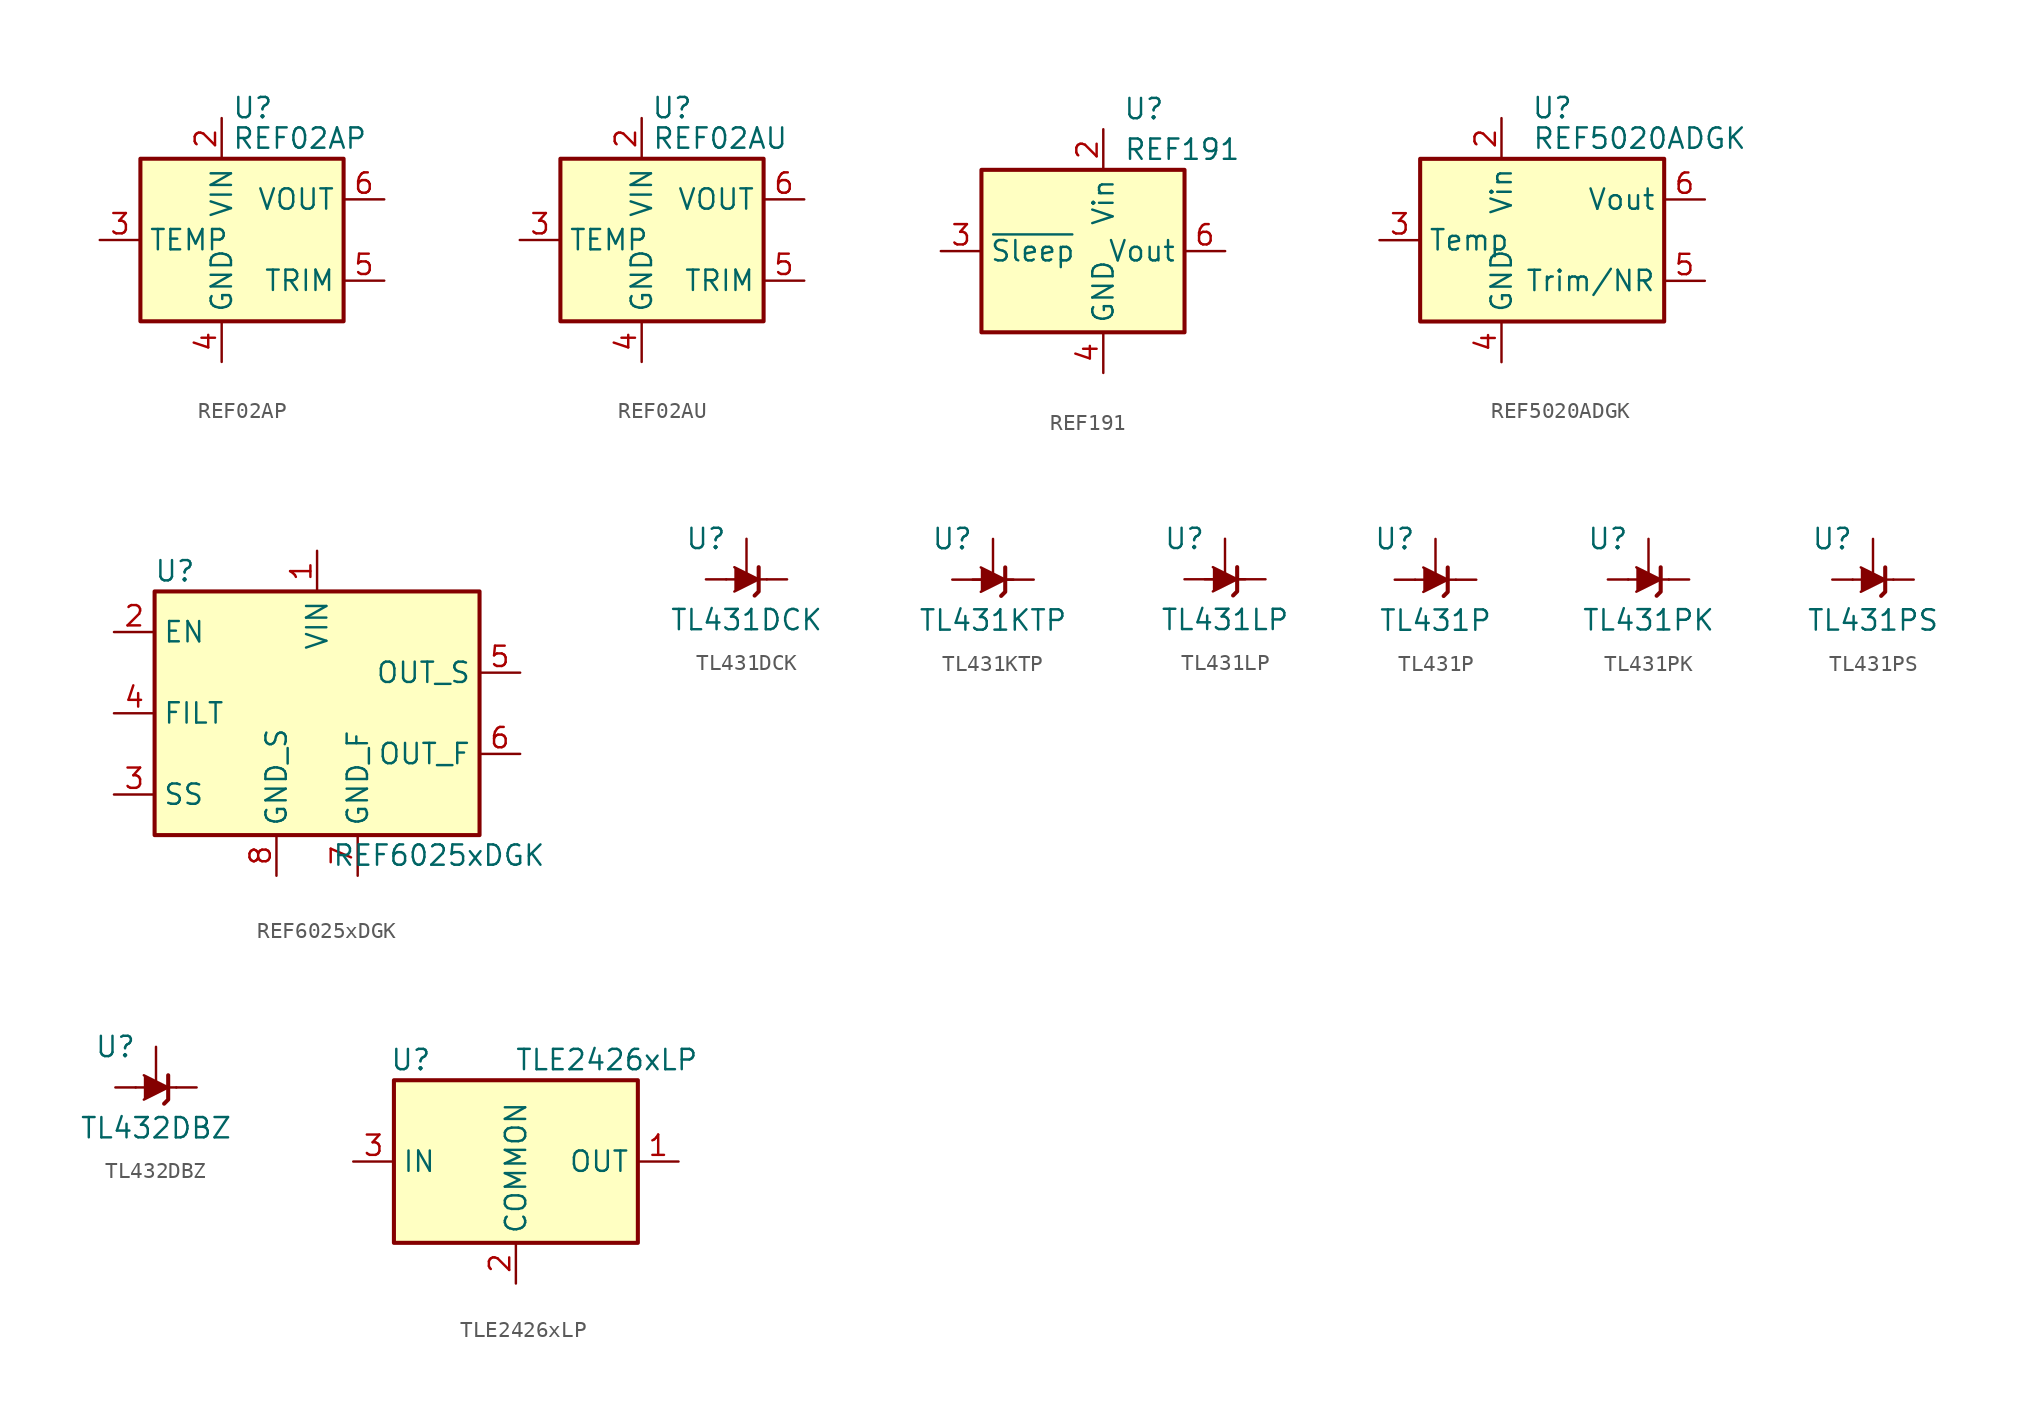
<source format=kicad_sym>
(kicad_symbol_lib
  (version 20211014)
  (generator kicad_symbol_editor)
  (symbol "REF02AP"
    (property "Reference" "U"
      (at 0.635 8.255 0)
      (effects (font (size 1.27 1.27)) (justify left)))
    (property "Value" "REF02AP"
      (at 0.635 6.35 0)
      (effects (font (size 1.27 1.27)) (justify left)))
    (symbol "REF02AP_0_1"
      (rectangle (start -5.08 5.08) (end 7.62 -5.08) (stroke (width 0.254) (type default) (color 0 0 0 0)) (fill (type background))))
    (symbol "REF02AP_1_1"
      (pin no_connect line (at 2.54 -5.08 90) (length 2.54) hide (name "NC" (effects (font (size 1.27 1.27)))) (number "1" (effects (font (size 1.27 1.27)))))
      (pin power_in line (at 0 7.62 270) (length 2.54) (name "VIN" (effects (font (size 1.27 1.27)))) (number "2" (effects (font (size 1.27 1.27)))))
      (pin passive line (at -7.62 0 0) (length 2.54) (name "TEMP" (effects (font (size 1.27 1.27)))) (number "3" (effects (font (size 1.27 1.27)))))
      (pin power_in line (at 0 -7.62 90) (length 2.54) (name "GND" (effects (font (size 1.27 1.27)))) (number "4" (effects (font (size 1.27 1.27)))))
      (pin passive line (at 10.16 -2.54 180) (length 2.54) (name "TRIM" (effects (font (size 1.27 1.27)))) (number "5" (effects (font (size 1.27 1.27)))))
      (pin power_out line (at 10.16 2.54 180) (length 2.54) (name "VOUT" (effects (font (size 1.27 1.27)))) (number "6" (effects (font (size 1.27 1.27)))))
      (pin no_connect line (at -2.54 -5.08 90) (length 2.54) hide (name "NC" (effects (font (size 1.27 1.27)))) (number "7" (effects (font (size 1.27 1.27)))))
      (pin no_connect line (at 7.62 0 180) (length 2.54) hide (name "NC" (effects (font (size 1.27 1.27)))) (number "8" (effects (font (size 1.27 1.27)))))))
  (symbol "REF02AU"
    (property "Reference" "U"
      (at 1.905 8.255 0)
      (effects (font (size 1.27 1.27))))
    (property "Value" "REF02AU"
      (at 0.635 6.35 0)
      (effects (font (size 1.27 1.27)) (justify left)))
    (symbol "REF02AU_0_1"
      (rectangle (start -5.08 5.08) (end 7.62 -5.08) (stroke (width 0.254) (type default) (color 0 0 0 0)) (fill (type background))))
    (symbol "REF02AU_1_1"
      (pin no_connect line (at 2.54 -5.08 90) (length 2.54) hide (name "NC" (effects (font (size 1.27 1.27)))) (number "1" (effects (font (size 1.27 1.27)))))
      (pin power_in line (at 0 7.62 270) (length 2.54) (name "VIN" (effects (font (size 1.27 1.27)))) (number "2" (effects (font (size 1.27 1.27)))))
      (pin passive line (at -7.62 0 0) (length 2.54) (name "TEMP" (effects (font (size 1.27 1.27)))) (number "3" (effects (font (size 1.27 1.27)))))
      (pin power_in line (at 0 -7.62 90) (length 2.54) (name "GND" (effects (font (size 1.27 1.27)))) (number "4" (effects (font (size 1.27 1.27)))))
      (pin passive line (at 10.16 -2.54 180) (length 2.54) (name "TRIM" (effects (font (size 1.27 1.27)))) (number "5" (effects (font (size 1.27 1.27)))))
      (pin power_out line (at 10.16 2.54 180) (length 2.54) (name "VOUT" (effects (font (size 1.27 1.27)))) (number "6" (effects (font (size 1.27 1.27)))))
      (pin no_connect line (at -2.54 -5.08 90) (length 2.54) hide (name "NC" (effects (font (size 1.27 1.27)))) (number "7" (effects (font (size 1.27 1.27)))))
      (pin no_connect line (at 7.62 0 180) (length 2.54) hide (name "NC" (effects (font (size 1.27 1.27)))) (number "8" (effects (font (size 1.27 1.27)))))))
  (symbol "REF191"
    (property "Reference" "U"
      (at 2.54 8.89 0)
      (effects (font (size 1.27 1.27))))
    (property "Value" "REF191"
      (at 1.27 6.35 0)
      (effects (font (size 1.27 1.27)) (justify left)))
    (symbol "REF191_0_1"
      (rectangle (start -7.62 5.08) (end 5.08 -5.08) (stroke (width 0.254) (type default) (color 0 0 0 0)) (fill (type background))))
    (symbol "REF191_1_1"
      (pin no_connect line (at -7.62 2.54 0) (length 2.54) hide (name "TP" (effects (font (size 1.27 1.27)))) (number "1" (effects (font (size 1.27 1.27)))))
      (pin power_in line (at 0 7.62 270) (length 2.54) (name "Vin" (effects (font (size 1.27 1.27)))) (number "2" (effects (font (size 1.27 1.27)))))
      (pin input line (at -10.16 0 0) (length 2.54) (name "~{Sleep}" (effects (font (size 1.27 1.27)))) (number "3" (effects (font (size 1.27 1.27)))))
      (pin power_in line (at 0 -7.62 90) (length 2.54) (name "GND" (effects (font (size 1.27 1.27)))) (number "4" (effects (font (size 1.27 1.27)))))
      (pin no_connect line (at -5.08 -5.08 90) (length 2.54) hide (name "TP" (effects (font (size 1.27 1.27)))) (number "5" (effects (font (size 1.27 1.27)))))
      (pin power_out line (at 7.62 0 180) (length 2.54) (name "Vout" (effects (font (size 1.27 1.27)))) (number "6" (effects (font (size 1.27 1.27)))))
      (pin no_connect line (at -2.54 -5.08 90) (length 2.54) hide (name "NC" (effects (font (size 1.27 1.27)))) (number "7" (effects (font (size 1.27 1.27)))))
      (pin no_connect line (at 2.54 -5.08 90) (length 2.54) hide (name "NC" (effects (font (size 1.27 1.27)))) (number "8" (effects (font (size 1.27 1.27)))))))
  (symbol "REF5020ADGK"
    (property "Reference" "U"
      (at 0.635 8.255 0)
      (effects (font (size 1.27 1.27))))
    (property "Value" "REF5020ADGK"
      (at -0.635 6.35 0)
      (effects (font (size 1.27 1.27)) (justify left)))
    (symbol "REF5020ADGK_0_1"
      (rectangle (start -7.62 5.08) (end 7.62 -5.08) (stroke (width 0.254) (type default) (color 0 0 0 0)) (fill (type background))))
    (symbol "REF5020ADGK_1_1"
      (pin no_connect line (at -7.62 2.54 0) (length 2.54) hide (name "DNC" (effects (font (size 1.27 1.27)))) (number "1" (effects (font (size 1.27 1.27)))))
      (pin power_in line (at -2.54 7.62 270) (length 2.54) (name "Vin" (effects (font (size 1.27 1.27)))) (number "2" (effects (font (size 1.27 1.27)))))
      (pin passive line (at -10.16 0 0) (length 2.54) (name "Temp" (effects (font (size 1.27 1.27)))) (number "3" (effects (font (size 1.27 1.27)))))
      (pin power_in line (at -2.54 -7.62 90) (length 2.54) (name "GND" (effects (font (size 1.27 1.27)))) (number "4" (effects (font (size 1.27 1.27)))))
      (pin passive line (at 10.16 -2.54 180) (length 2.54) (name "Trim/NR" (effects (font (size 1.27 1.27)))) (number "5" (effects (font (size 1.27 1.27)))))
      (pin power_out line (at 10.16 2.54 180) (length 2.54) (name "Vout" (effects (font (size 1.27 1.27)))) (number "6" (effects (font (size 1.27 1.27)))))
      (pin no_connect line (at -5.08 -5.08 90) (length 2.54) hide (name "NC" (effects (font (size 1.27 1.27)))) (number "7" (effects (font (size 1.27 1.27)))))
      (pin no_connect line (at 7.62 0 180) (length 2.54) hide (name "DNC" (effects (font (size 1.27 1.27)))) (number "8" (effects (font (size 1.27 1.27)))))))
  (symbol "REF6025xDGK"
    (property "Reference" "U"
      (at -8.89 8.89 0)
      (effects (font (size 1.27 1.27))))
    (property "Value" "REF6025xDGK"
      (at 7.62 -8.89 0)
      (effects (font (size 1.27 1.27))))
    (symbol "REF6025xDGK_0_1"
      (rectangle (start -10.16 7.62) (end 10.16 -7.62) (stroke (width 0.254) (type default) (color 0 0 0 0)) (fill (type background))))
    (symbol "REF6025xDGK_1_1"
      (pin power_in line (at 0 10.16 270) (length 2.54) (name "VIN" (effects (font (size 1.27 1.27)))) (number "1" (effects (font (size 1.27 1.27)))))
      (pin input line (at -12.7 5.08 0) (length 2.54) (name "EN" (effects (font (size 1.27 1.27)))) (number "2" (effects (font (size 1.27 1.27)))))
      (pin passive line (at -12.7 -5.08 0) (length 2.54) (name "SS" (effects (font (size 1.27 1.27)))) (number "3" (effects (font (size 1.27 1.27)))))
      (pin passive line (at -12.7 0 0) (length 2.54) (name "FILT" (effects (font (size 1.27 1.27)))) (number "4" (effects (font (size 1.27 1.27)))))
      (pin input line (at 12.7 2.54 180) (length 2.54) (name "OUT_S" (effects (font (size 1.27 1.27)))) (number "5" (effects (font (size 1.27 1.27)))))
      (pin output line (at 12.7 -2.54 180) (length 2.54) (name "OUT_F" (effects (font (size 1.27 1.27)))) (number "6" (effects (font (size 1.27 1.27)))))
      (pin power_in line (at 2.54 -10.16 90) (length 2.54) (name "GND_F" (effects (font (size 1.27 1.27)))) (number "7" (effects (font (size 1.27 1.27)))))
      (pin power_in line (at -2.54 -10.16 90) (length 2.54) (name "GND_S" (effects (font (size 1.27 1.27)))) (number "8" (effects (font (size 1.27 1.27)))))))
  (symbol "TL431DCK"
    (pin_numbers hide)
    (pin_names hide)
    (property "Reference" "U"
      (at -2.54 2.54 0)
      (effects (font (size 1.27 1.27))))
    (property "Value" "TL431DCK"
      (at 0 -2.54 0)
      (effects (font (size 1.27 1.27))))
    (symbol "TL431DCK_0_1"
      (polyline (pts (xy -1.27 0) (xy 0 0) (xy 1.27 0)) (stroke (width 0) (type default) (color 0 0 0 0)) (fill (type none)))
      (polyline (pts (xy -0.762 0.762) (xy 0.762 0) (xy -0.762 -0.762)) (stroke (width 0) (type default) (color 0 0 0 0)) (fill (type outline)))
      (polyline (pts (xy 0.508 -1.016) (xy 0.762 -0.762) (xy 0.762 0.762) (xy 0.762 0.762)) (stroke (width 0.254) (type default) (color 0 0 0 0)) (fill (type none))))
    (symbol "TL431DCK_1_1"
      (pin passive line (at 2.54 0 180) (length 1.27) (name "K" (effects (font (size 1.27 1.27)))) (number "1" (effects (font (size 1.27 1.27)))))
      (pin passive line (at 0 2.54 270) (length 2.54) (name "REF" (effects (font (size 1.27 1.27)))) (number "3" (effects (font (size 1.27 1.27)))))
      (pin passive line (at -2.54 0 0) (length 1.27) (name "A" (effects (font (size 1.27 1.27)))) (number "6" (effects (font (size 1.27 1.27)))))))
  (symbol "TL431KTP"
    (pin_numbers hide)
    (pin_names hide)
    (property "Reference" "U"
      (at -2.54 2.54 0)
      (effects (font (size 1.27 1.27))))
    (property "Value" "TL431KTP"
      (at 0 -2.54 0)
      (effects (font (size 1.27 1.27))))
    (symbol "TL431KTP_0_1"
      (polyline (pts (xy -1.27 0) (xy 0 0) (xy 1.27 0)) (stroke (width 0) (type default) (color 0 0 0 0)) (fill (type none)))
      (polyline (pts (xy -0.762 0.762) (xy 0.762 0) (xy -0.762 -0.762)) (stroke (width 0) (type default) (color 0 0 0 0)) (fill (type outline)))
      (polyline (pts (xy 0.508 -1.016) (xy 0.762 -0.762) (xy 0.762 0.762) (xy 0.762 0.762)) (stroke (width 0.254) (type default) (color 0 0 0 0)) (fill (type none))))
    (symbol "TL431KTP_1_1"
      (pin passive line (at 0 2.54 270) (length 2.54) (name "REF" (effects (font (size 1.27 1.27)))) (number "1" (effects (font (size 1.27 1.27)))))
      (pin passive line (at -2.54 0 0) (length 2.54) (name "A" (effects (font (size 1.27 1.27)))) (number "2" (effects (font (size 1.27 1.27)))))
      (pin passive line (at 2.54 0 180) (length 2.54) (name "K" (effects (font (size 1.27 1.27)))) (number "3" (effects (font (size 1.27 1.27)))))))
  (symbol "TL431LP"
    (pin_numbers hide)
    (pin_names hide)
    (property "Reference" "U"
      (at -2.54 2.54 0)
      (effects (font (size 1.27 1.27))))
    (property "Value" "TL431LP"
      (at 0 -2.54 0)
      (effects (font (size 1.27 1.27))))
    (symbol "TL431LP_0_1"
      (polyline (pts (xy -1.27 0) (xy 0 0) (xy 1.27 0)) (stroke (width 0) (type default) (color 0 0 0 0)) (fill (type none)))
      (polyline (pts (xy -0.762 0.762) (xy 0.762 0) (xy -0.762 -0.762)) (stroke (width 0) (type default) (color 0 0 0 0)) (fill (type outline)))
      (polyline (pts (xy 0.508 -1.016) (xy 0.762 -0.762) (xy 0.762 0.762) (xy 0.762 0.762)) (stroke (width 0.254) (type default) (color 0 0 0 0)) (fill (type none))))
    (symbol "TL431LP_1_1"
      (pin passive line (at 0 2.54 270) (length 2.54) (name "REF" (effects (font (size 1.27 1.27)))) (number "1" (effects (font (size 1.27 1.27)))))
      (pin passive line (at -2.54 0 0) (length 2.54) (name "A" (effects (font (size 1.27 1.27)))) (number "2" (effects (font (size 1.27 1.27)))))
      (pin passive line (at 2.54 0 180) (length 2.54) (name "K" (effects (font (size 1.27 1.27)))) (number "3" (effects (font (size 1.27 1.27)))))))
  (symbol "TL431P"
    (pin_numbers hide)
    (pin_names hide)
    (property "Reference" "U"
      (at -2.54 2.54 0)
      (effects (font (size 1.27 1.27))))
    (property "Value" "TL431P"
      (at 0 -2.54 0)
      (effects (font (size 1.27 1.27))))
    (symbol "TL431P_0_1"
      (polyline (pts (xy -1.27 0) (xy 0 0) (xy 1.27 0)) (stroke (width 0) (type default) (color 0 0 0 0)) (fill (type none)))
      (polyline (pts (xy -0.762 0.762) (xy 0.762 0) (xy -0.762 -0.762)) (stroke (width 0) (type default) (color 0 0 0 0)) (fill (type outline)))
      (polyline (pts (xy 0.508 -1.016) (xy 0.762 -0.762) (xy 0.762 0.762) (xy 0.762 0.762)) (stroke (width 0.254) (type default) (color 0 0 0 0)) (fill (type none))))
    (symbol "TL431P_1_1"
      (pin passive line (at 2.54 0 180) (length 1.27) (name "K" (effects (font (size 1.27 1.27)))) (number "1" (effects (font (size 1.27 1.27)))))
      (pin passive line (at -2.54 0 0) (length 1.27) (name "A" (effects (font (size 1.27 1.27)))) (number "6" (effects (font (size 1.27 1.27)))))
      (pin passive line (at 0 2.54 270) (length 2.54) (name "REF" (effects (font (size 1.27 1.27)))) (number "8" (effects (font (size 1.27 1.27)))))))
  (symbol "TL431PK"
    (pin_numbers hide)
    (pin_names hide)
    (property "Reference" "U"
      (at -2.54 2.54 0)
      (effects (font (size 1.27 1.27))))
    (property "Value" "TL431PK"
      (at 0 -2.54 0)
      (effects (font (size 1.27 1.27))))
    (symbol "TL431PK_0_1"
      (polyline (pts (xy -1.27 0) (xy 0 0) (xy 1.27 0)) (stroke (width 0) (type default) (color 0 0 0 0)) (fill (type none)))
      (polyline (pts (xy -0.762 0.762) (xy 0.762 0) (xy -0.762 -0.762)) (stroke (width 0) (type default) (color 0 0 0 0)) (fill (type outline)))
      (polyline (pts (xy 0.508 -1.016) (xy 0.762 -0.762) (xy 0.762 0.762) (xy 0.762 0.762)) (stroke (width 0.254) (type default) (color 0 0 0 0)) (fill (type none))))
    (symbol "TL431PK_1_1"
      (pin passive line (at 0 2.54 270) (length 2.54) (name "REF" (effects (font (size 1.27 1.27)))) (number "1" (effects (font (size 1.27 1.27)))))
      (pin passive line (at -2.54 0 0) (length 1.27) (name "A" (effects (font (size 1.27 1.27)))) (number "2" (effects (font (size 1.27 1.27)))))
      (pin passive line (at 2.54 0 180) (length 1.27) (name "K" (effects (font (size 1.27 1.27)))) (number "3" (effects (font (size 1.27 1.27)))))))
  (symbol "TL431PS"
    (pin_numbers hide)
    (pin_names hide)
    (property "Reference" "U"
      (at -2.54 2.54 0)
      (effects (font (size 1.27 1.27))))
    (property "Value" "TL431PS"
      (at 0 -2.54 0)
      (effects (font (size 1.27 1.27))))
    (symbol "TL431PS_0_1"
      (polyline (pts (xy -1.27 0) (xy 0 0) (xy 1.27 0)) (stroke (width 0) (type default) (color 0 0 0 0)) (fill (type none)))
      (polyline (pts (xy -0.762 0.762) (xy 0.762 0) (xy -0.762 -0.762)) (stroke (width 0) (type default) (color 0 0 0 0)) (fill (type outline)))
      (polyline (pts (xy 0.508 -1.016) (xy 0.762 -0.762) (xy 0.762 0.762) (xy 0.762 0.762)) (stroke (width 0.254) (type default) (color 0 0 0 0)) (fill (type none))))
    (symbol "TL431PS_1_1"
      (pin passive line (at 2.54 0 180) (length 1.27) (name "K" (effects (font (size 1.27 1.27)))) (number "1" (effects (font (size 1.27 1.27)))))
      (pin passive line (at -2.54 0 0) (length 1.27) (name "A" (effects (font (size 1.27 1.27)))) (number "6" (effects (font (size 1.27 1.27)))))
      (pin passive line (at 0 2.54 270) (length 2.54) (name "REF" (effects (font (size 1.27 1.27)))) (number "8" (effects (font (size 1.27 1.27)))))))
  (symbol "TL432DBZ"
    (pin_numbers hide)
    (pin_names hide)
    (property "Reference" "U"
      (at -2.54 2.54 0)
      (effects (font (size 1.27 1.27))))
    (property "Value" "TL432DBZ"
      (at 0 -2.54 0)
      (effects (font (size 1.27 1.27))))
    (symbol "TL432DBZ_0_1"
      (polyline (pts (xy -1.27 0) (xy 0 0) (xy 1.27 0)) (stroke (width 0) (type default) (color 0 0 0 0)) (fill (type none)))
      (polyline (pts (xy -0.762 0.762) (xy 0.762 0) (xy -0.762 -0.762)) (stroke (width 0) (type default) (color 0 0 0 0)) (fill (type outline)))
      (polyline (pts (xy 0.508 -1.016) (xy 0.762 -0.762) (xy 0.762 0.762) (xy 0.762 0.762)) (stroke (width 0.254) (type default) (color 0 0 0 0)) (fill (type none))))
    (symbol "TL432DBZ_1_1"
      (pin passive line (at 0 2.54 270) (length 2.54) (name "REF" (effects (font (size 1.27 1.27)))) (number "1" (effects (font (size 1.27 1.27)))))
      (pin passive line (at 2.54 0 180) (length 1.27) (name "K" (effects (font (size 1.27 1.27)))) (number "2" (effects (font (size 1.27 1.27)))))
      (pin passive line (at -2.54 0 0) (length 1.27) (name "A" (effects (font (size 1.27 1.27)))) (number "3" (effects (font (size 1.27 1.27)))))))
  (symbol "TLE2426xLP"
    (property "Reference" "U"
      (at -7.874 6.35 0)
      (effects (font (size 1.27 1.27)) (justify left)))
    (property "Value" "TLE2426xLP"
      (at 11.43 6.35 0)
      (effects (font (size 1.27 1.27)) (justify right)))
    (symbol "TLE2426xLP_0_1"
      (rectangle (start -7.62 5.08) (end 7.62 -5.08) (stroke (width 0.254) (type default) (color 0 0 0 0)) (fill (type background))))
    (symbol "TLE2426xLP_1_1"
      (pin power_out line (at 10.16 0 180) (length 2.54) (name "OUT" (effects (font (size 1.27 1.27)))) (number "1" (effects (font (size 1.27 1.27)))))
      (pin power_in line (at 0 -7.62 90) (length 2.54) (name "COMMON" (effects (font (size 1.27 1.27)))) (number "2" (effects (font (size 1.27 1.27)))))
      (pin power_in line (at -10.16 0 0) (length 2.54) (name "IN" (effects (font (size 1.27 1.27)))) (number "3" (effects (font (size 1.27 1.27))))))))
</source>
